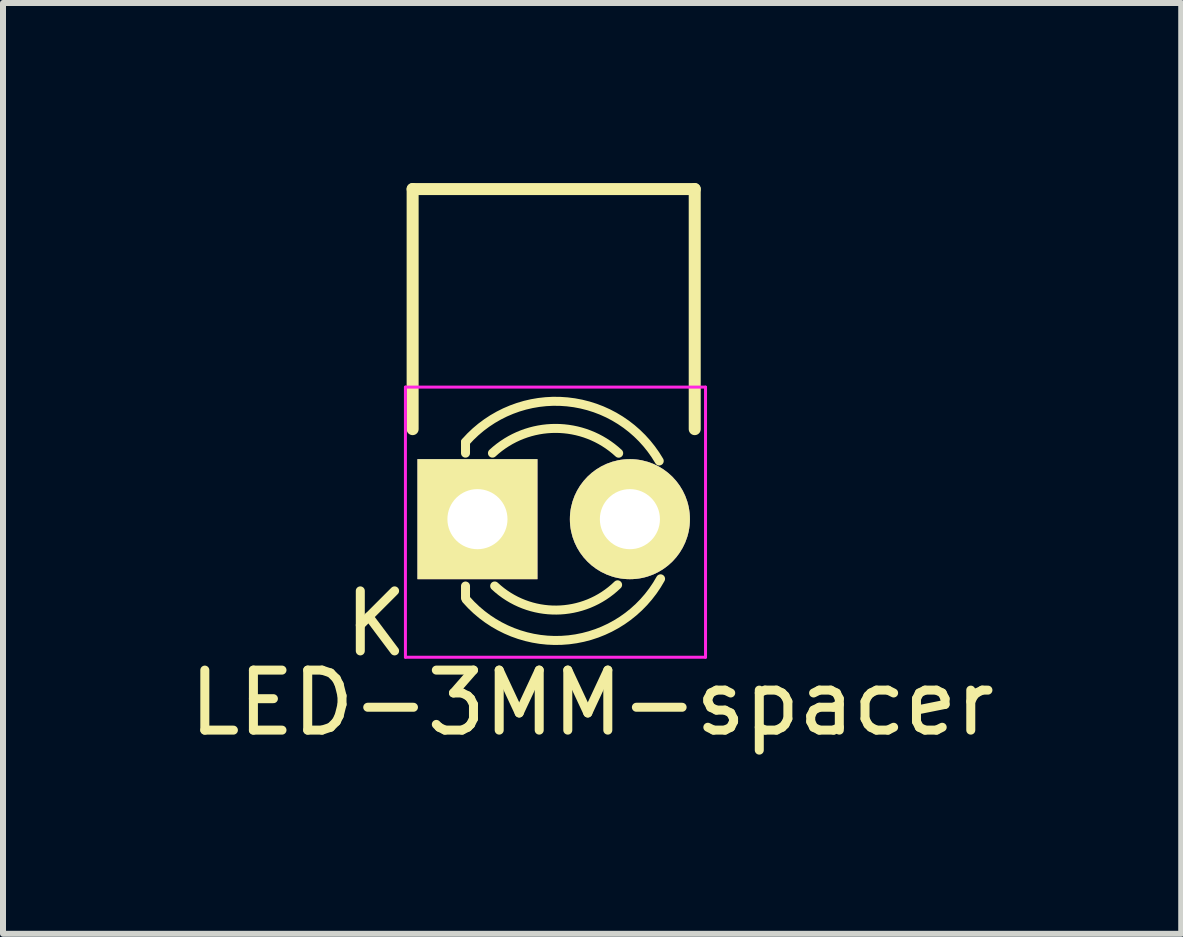
<source format=kicad_pcb>
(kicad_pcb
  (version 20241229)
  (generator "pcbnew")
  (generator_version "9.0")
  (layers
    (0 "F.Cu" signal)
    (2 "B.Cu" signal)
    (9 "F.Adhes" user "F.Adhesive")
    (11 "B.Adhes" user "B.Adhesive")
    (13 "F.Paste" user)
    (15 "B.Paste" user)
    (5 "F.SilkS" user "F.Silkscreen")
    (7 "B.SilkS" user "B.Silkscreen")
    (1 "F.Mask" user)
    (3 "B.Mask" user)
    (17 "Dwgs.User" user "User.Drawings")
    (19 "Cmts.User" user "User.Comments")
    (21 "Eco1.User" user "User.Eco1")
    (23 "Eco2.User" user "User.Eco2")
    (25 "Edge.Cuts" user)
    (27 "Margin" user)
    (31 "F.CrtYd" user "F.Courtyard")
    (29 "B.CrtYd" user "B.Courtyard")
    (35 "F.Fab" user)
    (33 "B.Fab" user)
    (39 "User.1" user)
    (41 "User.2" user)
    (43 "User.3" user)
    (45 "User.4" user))
  (footprint "LED-3MM-spacer"
    (layer "F.Cu")
    (at 4.905 5.6)
    (property "Reference" "LED-3MM-spacer" (at 1.91 3.06 0) (layer "F.SilkS") (effects (font (size 1 1) (thickness 0.15))))
    (attr through_hole)
    (fp_line (start -1.08 -5.5) (end 3.62 -5.5) (stroke (width 0.2) (type solid)) (layer "F.SilkS"))
    (fp_line (start -1.08 -1.5) (end -1.08 -5.5) (stroke (width 0.2) (type solid)) (layer "F.SilkS"))
    (fp_line (start -0.199 -1.28) (end -0.199 -1.1) (stroke (width 0.15) (type solid)) (layer "F.SilkS"))
    (fp_line (start -0.199 1.314) (end -0.199 1.114) (stroke (width 0.15) (type solid)) (layer "F.SilkS"))
    (fp_line (start 3.62 -5.5) (end 3.62 -1.5) (stroke (width 0.2) (type solid)) (layer "F.SilkS"))
    (fp_arc (start -0.199 -1.286) (mid 1.495903 -1.954571) (end 3.028744 -0.969643) (stroke (width 0.15) (type solid)) (layer "F.SilkS"))
    (fp_arc (start 0.25 -1.1) (mid 1.301686 -1.512142) (end 2.353005 -1.099067) (stroke (width 0.15) (type solid)) (layer "F.SilkS"))
    (fp_arc (start 2.335 1.094) (mid 1.31492 1.51473) (end 0.287111 1.113252) (stroke (width 0.15) (type solid)) (layer "F.SilkS"))
    (fp_arc (start 3.051 0.994) (mid 1.522637 2.009958) (end -0.18622 1.340726) (stroke (width 0.15) (type solid)) (layer "F.SilkS"))
    (fp_line (start -1.2 -2.2) (end -1.2 2.3) (stroke (width 0.05) (type solid)) (layer "F.CrtYd"))
    (fp_line (start -1.2 2.3) (end 3.8 2.3) (stroke (width 0.05) (type solid)) (layer "F.CrtYd"))
    (fp_line (start 3.8 -2.2) (end -1.2 -2.2) (stroke (width 0.05) (type solid)) (layer "F.CrtYd"))
    (fp_line (start 3.8 2.3) (end 3.8 -2.2) (stroke (width 0.05) (type solid)) (layer "F.CrtYd"))
    (fp_text user "K" (at -1.69 1.74 0) (layer "F.SilkS") (effects (font (size 1 1) (thickness 0.15))))
    (pad "1" thru_hole rect (at 0 0 90) (size 2 2) (drill 1.001) (layers "*.Cu" "*.Mask" "F.SilkS"))
    (pad "2" thru_hole circle (at 2.54 0) (size 2 2) (drill 1.001) (layers "*.Cu" "*.Mask" "F.SilkS")))
  (gr_rect
    (start -3 -3)
    (end 16.631 12.508)
    (stroke (width 0.1) (type default))
    (fill no)
    (layer "Edge.Cuts")))
</source>
